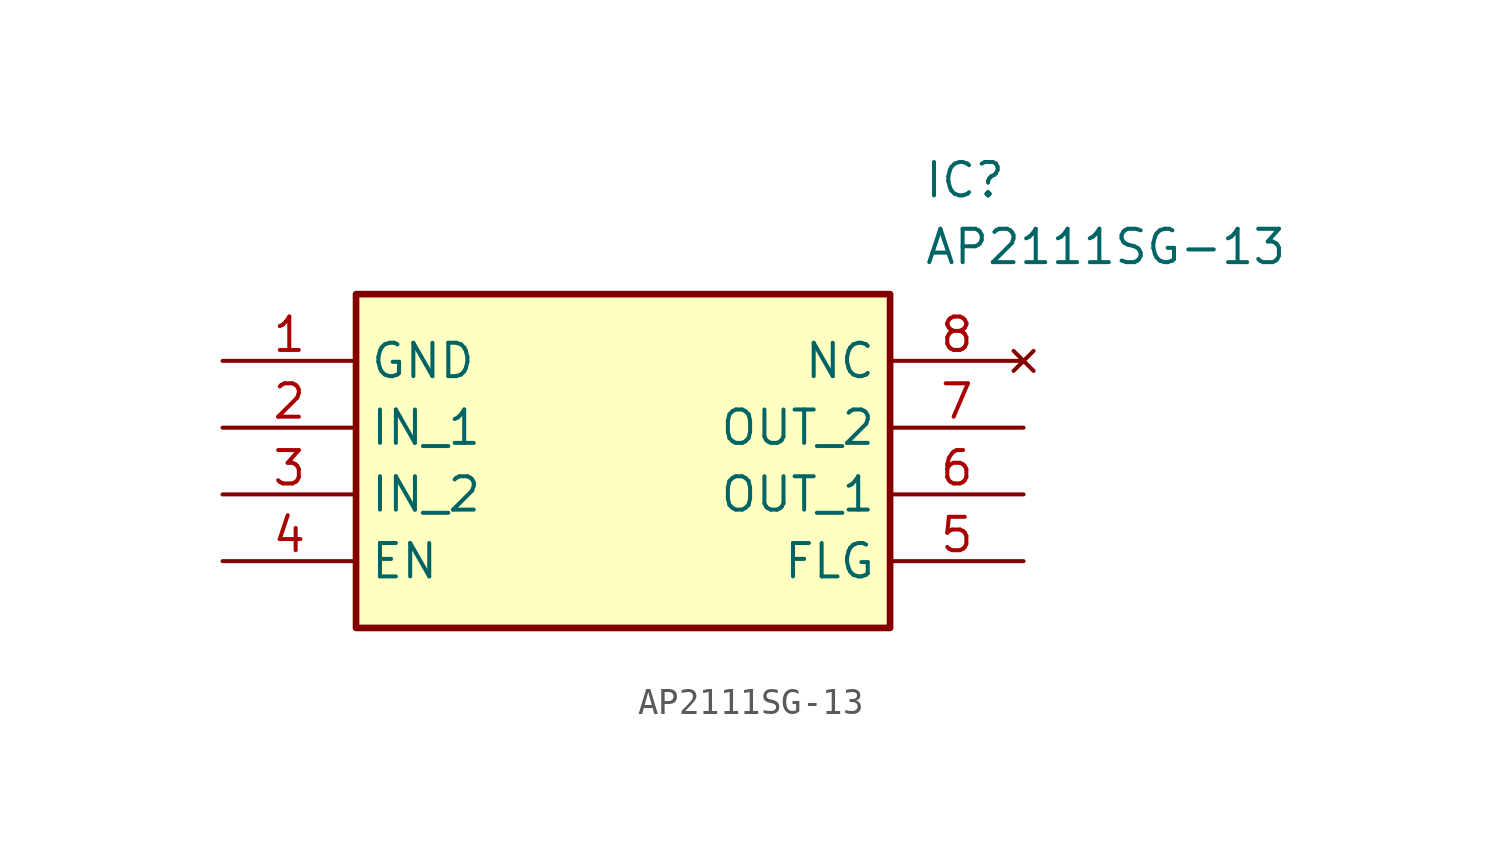
<source format=kicad_sym>
(kicad_symbol_lib
  (version 20211014)
  (generator SamacSys_ECAD_Model)
  (symbol "AP2111SG-13"
    (property "Reference" "IC"
      (at 26.67 7.62 0)
      (effects (font (size 1.27 1.27)) (justify left top)))
    (property "Value" "AP2111SG-13"
      (at 26.67 5.08 0)
      (effects (font (size 1.27 1.27)) (justify left top)))
    (rectangle
      (start 5.08 2.54)
      (end 25.4 -10.16)
      (stroke (width 0.254) (type default))
      (fill (type background)))
    (pin passive line
      (at 0 0 0)
      (length 5.08)
      (name "GND" (effects (font (size 1.27 1.27))))
      (number "1" (effects (font (size 1.27 1.27)))))
    (pin passive line
      (at 0 -2.54 0)
      (length 5.08)
      (name "IN_1" (effects (font (size 1.27 1.27))))
      (number "2" (effects (font (size 1.27 1.27)))))
    (pin passive line
      (at 0 -5.08 0)
      (length 5.08)
      (name "IN_2" (effects (font (size 1.27 1.27))))
      (number "3" (effects (font (size 1.27 1.27)))))
    (pin passive line
      (at 0 -7.62 0)
      (length 5.08)
      (name "EN" (effects (font (size 1.27 1.27))))
      (number "4" (effects (font (size 1.27 1.27)))))
    (pin no_connect line
      (at 30.48 0 180)
      (length 5.08)
      (name "NC" (effects (font (size 1.27 1.27))))
      (number "8" (effects (font (size 1.27 1.27)))))
    (pin passive line
      (at 30.48 -2.54 180)
      (length 5.08)
      (name "OUT_2" (effects (font (size 1.27 1.27))))
      (number "7" (effects (font (size 1.27 1.27)))))
    (pin passive line
      (at 30.48 -5.08 180)
      (length 5.08)
      (name "OUT_1" (effects (font (size 1.27 1.27))))
      (number "6" (effects (font (size 1.27 1.27)))))
    (pin passive line
      (at 30.48 -7.62 180)
      (length 5.08)
      (name "FLG" (effects (font (size 1.27 1.27))))
      (number "5" (effects (font (size 1.27 1.27)))))))
</source>
